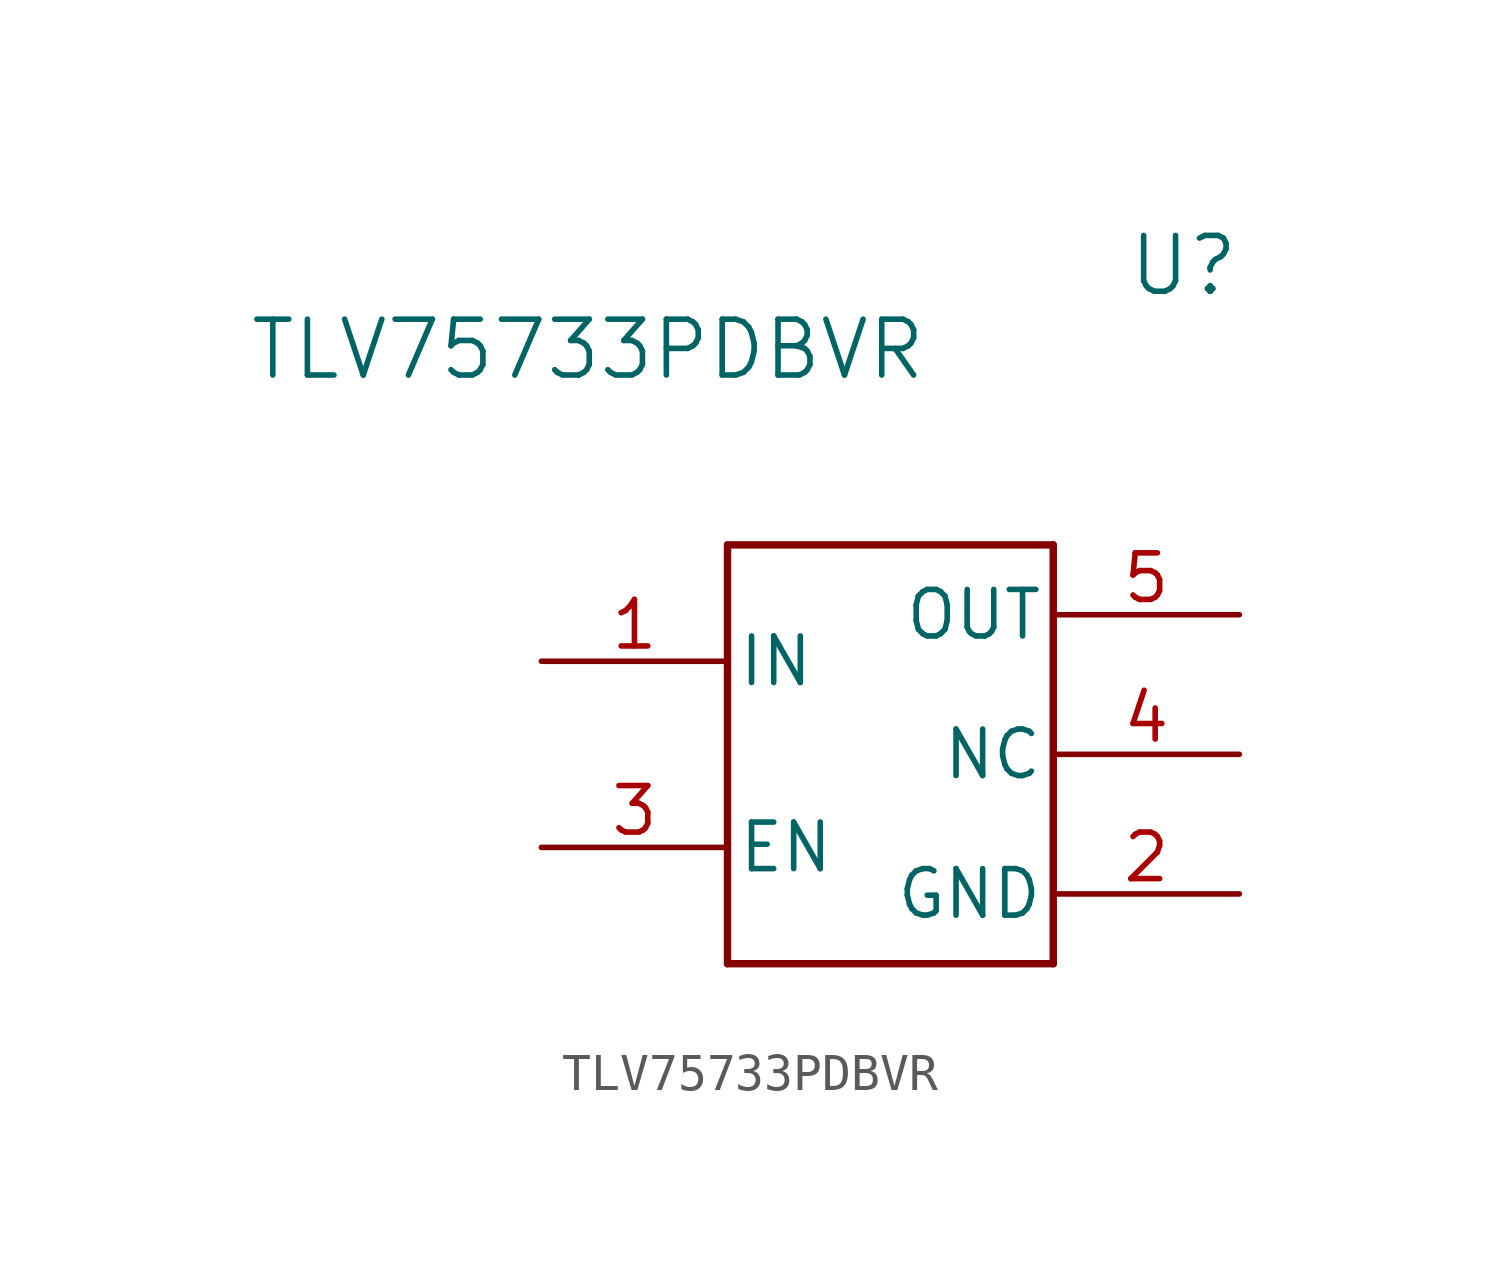
<source format=kicad_sym>
(kicad_symbol_lib
  (version 20231120)
  (generator "kicad_symbol_editor")
  (generator_version "8.0")
  (symbol "TLV75733PDBVR"
    (pin_names
      (offset 0.254))
    (property "Reference" "U"
      (at 17.526 15.875 0)
      (effects (font (size 1.524 1.524))))
    (property "Value" "TLV75733PDBVR"
      (at 1.27 13.589 0)
      (effects (font (size 1.524 1.524))))
    (property "ki_locked" ""
      (at 0 0 0)
      (effects (font (size 1.27 1.27))))
    (symbol "TLV75733PDBVR_0_1"
      (polyline (pts (xy 5.08 -3.175) (xy 13.97 -3.175)) (stroke (width 0.203) (type default)) (fill (type none)))
      (polyline (pts (xy 5.08 8.255) (xy 5.08 -3.175)) (stroke (width 0.203) (type default)) (fill (type none)))
      (polyline (pts (xy 13.97 -3.175) (xy 13.97 8.255)) (stroke (width 0.203) (type default)) (fill (type none)))
      (polyline (pts (xy 13.97 8.255) (xy 5.08 8.255)) (stroke (width 0.203) (type default)) (fill (type none)))
      (pin power_in line (at 0 5.08 0) (length 5.08) (name "IN" (effects (font (size 1.27 1.27)))) (number "1" (effects (font (size 1.27 1.27)))))
      (pin power_in line (at 19.05 -1.27 180) (length 5.08) (name "GND" (effects (font (size 1.27 1.27)))) (number "2" (effects (font (size 1.27 1.27)))))
      (pin input line (at 0 0 0) (length 5.08) (name "EN" (effects (font (size 1.27 1.27)))) (number "3" (effects (font (size 1.27 1.27)))))
      (pin unspecified line (at 19.05 2.54 180) (length 5.08) (name "NC" (effects (font (size 1.27 1.27)))) (number "4" (effects (font (size 1.27 1.27)))))
      (pin power_in line (at 19.05 6.35 180) (length 5.08) (name "OUT" (effects (font (size 1.27 1.27)))) (number "5" (effects (font (size 1.27 1.27))))))))
</source>
